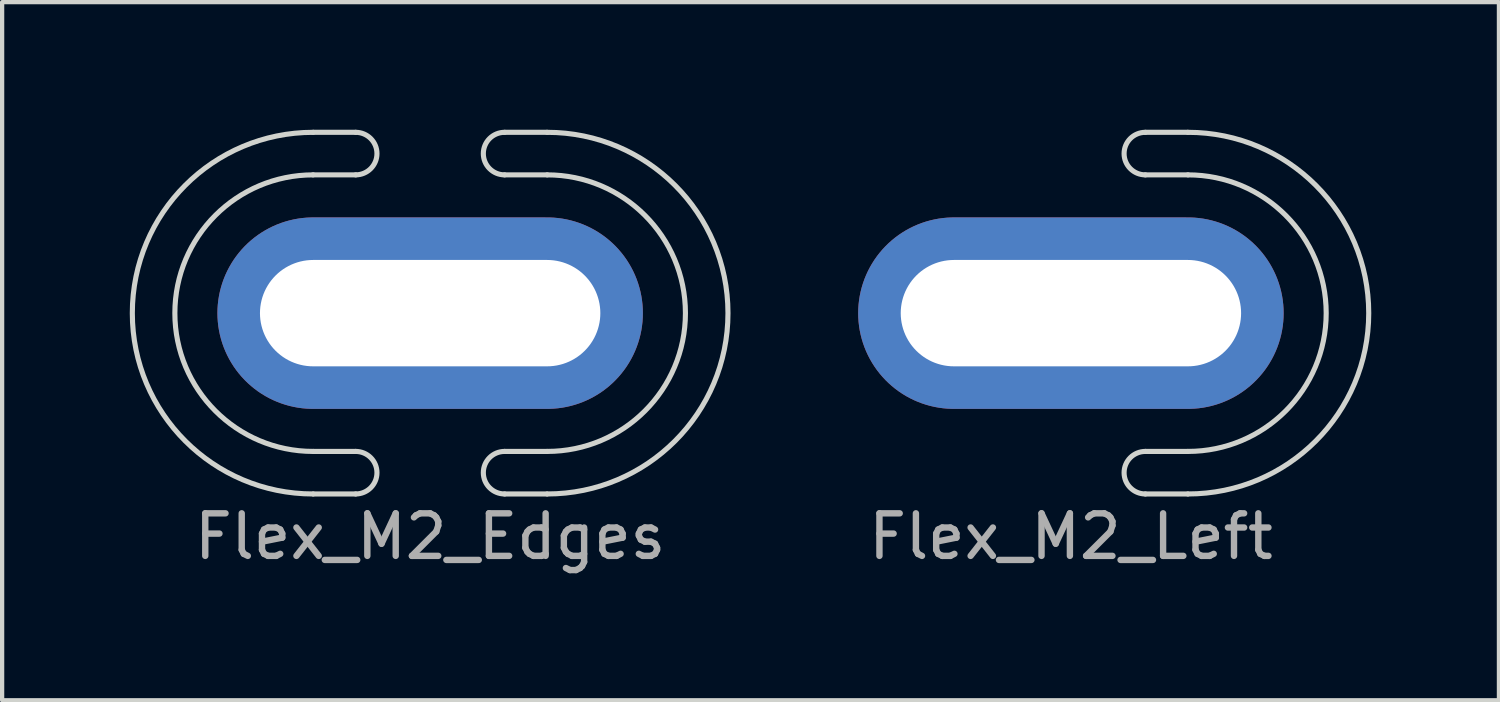
<source format=kicad_pcb>
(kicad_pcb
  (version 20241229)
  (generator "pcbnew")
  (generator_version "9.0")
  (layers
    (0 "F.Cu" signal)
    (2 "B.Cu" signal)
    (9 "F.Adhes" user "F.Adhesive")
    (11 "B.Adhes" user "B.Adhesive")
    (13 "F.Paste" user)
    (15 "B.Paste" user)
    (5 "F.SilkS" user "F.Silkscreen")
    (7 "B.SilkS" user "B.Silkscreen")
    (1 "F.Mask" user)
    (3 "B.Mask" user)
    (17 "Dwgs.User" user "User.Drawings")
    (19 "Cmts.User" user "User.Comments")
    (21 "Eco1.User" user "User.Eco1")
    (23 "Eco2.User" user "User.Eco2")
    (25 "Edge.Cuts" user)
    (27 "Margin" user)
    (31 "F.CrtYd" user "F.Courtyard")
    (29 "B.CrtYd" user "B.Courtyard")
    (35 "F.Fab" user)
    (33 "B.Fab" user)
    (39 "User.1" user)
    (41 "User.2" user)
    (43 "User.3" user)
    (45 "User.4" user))
  (footprint "Flex_M2_Left"
    (layer "F.Cu")
    (at 22.12 4.31)
    (property "Reference" "Flex_M2_Left" (at 0 5.25 0) (layer "F.Fab") (effects (font (size 1 1) (thickness 0.15))))
    (attr through_hole)
    (fp_line (start 2.75 -4.25) (end 1.75 -4.25) (stroke (width 0.12) (type solid)) (layer "Edge.Cuts"))
    (fp_line (start 2.75 -3.25) (end 1.75 -3.25) (stroke (width 0.12) (type solid)) (layer "Edge.Cuts"))
    (fp_line (start 2.75 3.25) (end 1.75 3.25) (stroke (width 0.12) (type solid)) (layer "Edge.Cuts"))
    (fp_line (start 2.75 4.25) (end 1.75 4.25) (stroke (width 0.12) (type solid)) (layer "Edge.Cuts"))
    (fp_arc (start 1.75 -3.25) (mid 1.25 -3.75) (end 1.75 -4.25) (stroke (width 0.12) (type solid)) (layer "Edge.Cuts"))
    (fp_arc (start 1.75 4.25) (mid 1.25 3.75) (end 1.75 3.25) (stroke (width 0.12) (type solid)) (layer "Edge.Cuts"))
    (fp_arc (start 2.75 -4.25) (mid 7 0) (end 2.75 4.25) (stroke (width 0.12) (type solid)) (layer "Edge.Cuts"))
    (fp_arc (start 2.75 -3.25) (mid 6 0) (end 2.75 3.25) (stroke (width 0.12) (type solid)) (layer "Edge.Cuts"))
    (pad "" thru_hole oval (at 0 0) (size 10 4.5) (drill oval 8 2.5) (layers "*.Cu" "*.Mask")))
  (footprint "Flex_M2_Edges"
    (layer "F.Cu")
    (at 7.06 4.31)
    (property "Reference" "Flex_M2_Edges" (at 0 5.25 0) (layer "F.Fab") (effects (font (size 1 1) (thickness 0.15))))
    (attr through_hole)
    (fp_line (start -2.75 -4.25) (end -1.75 -4.25) (stroke (width 0.12) (type solid)) (layer "Edge.Cuts"))
    (fp_line (start -2.75 -3.25) (end -1.75 -3.25) (stroke (width 0.12) (type solid)) (layer "Edge.Cuts"))
    (fp_line (start -2.75 3.25) (end -1.75 3.25) (stroke (width 0.12) (type solid)) (layer "Edge.Cuts"))
    (fp_line (start -2.75 4.25) (end -1.75 4.25) (stroke (width 0.12) (type solid)) (layer "Edge.Cuts"))
    (fp_line (start 2.75 -4.25) (end 1.75 -4.25) (stroke (width 0.12) (type solid)) (layer "Edge.Cuts"))
    (fp_line (start 2.75 -3.25) (end 1.75 -3.25) (stroke (width 0.12) (type solid)) (layer "Edge.Cuts"))
    (fp_line (start 2.75 3.25) (end 1.75 3.25) (stroke (width 0.12) (type solid)) (layer "Edge.Cuts"))
    (fp_line (start 2.75 4.25) (end 1.75 4.25) (stroke (width 0.12) (type solid)) (layer "Edge.Cuts"))
    (fp_arc (start -2.75 3.25) (mid -6 0) (end -2.75 -3.25) (stroke (width 0.12) (type solid)) (layer "Edge.Cuts"))
    (fp_arc (start -2.75 4.25) (mid -7 0) (end -2.75 -4.25) (stroke (width 0.12) (type solid)) (layer "Edge.Cuts"))
    (fp_arc (start -1.75 -4.25) (mid -1.25 -3.75) (end -1.75 -3.25) (stroke (width 0.12) (type solid)) (layer "Edge.Cuts"))
    (fp_arc (start -1.75 3.25) (mid -1.25 3.75) (end -1.75 4.25) (stroke (width 0.12) (type solid)) (layer "Edge.Cuts"))
    (fp_arc (start 1.75 -3.25) (mid 1.25 -3.75) (end 1.75 -4.25) (stroke (width 0.12) (type solid)) (layer "Edge.Cuts"))
    (fp_arc (start 1.75 4.25) (mid 1.25 3.75) (end 1.75 3.25) (stroke (width 0.12) (type solid)) (layer "Edge.Cuts"))
    (fp_arc (start 2.75 -4.25) (mid 7 0) (end 2.75 4.25) (stroke (width 0.12) (type solid)) (layer "Edge.Cuts"))
    (fp_arc (start 2.75 -3.25) (mid 6 0) (end 2.75 3.25) (stroke (width 0.12) (type solid)) (layer "Edge.Cuts"))
    (pad "" thru_hole oval (at 0 0) (size 10 4.5) (drill oval 8 2.5) (layers "*.Cu" "*.Mask")))
  (gr_rect
    (start -3 -3)
    (end 32.18 13.408)
    (stroke (width 0.1) (type default))
    (fill no)
    (layer "Edge.Cuts")))
</source>
